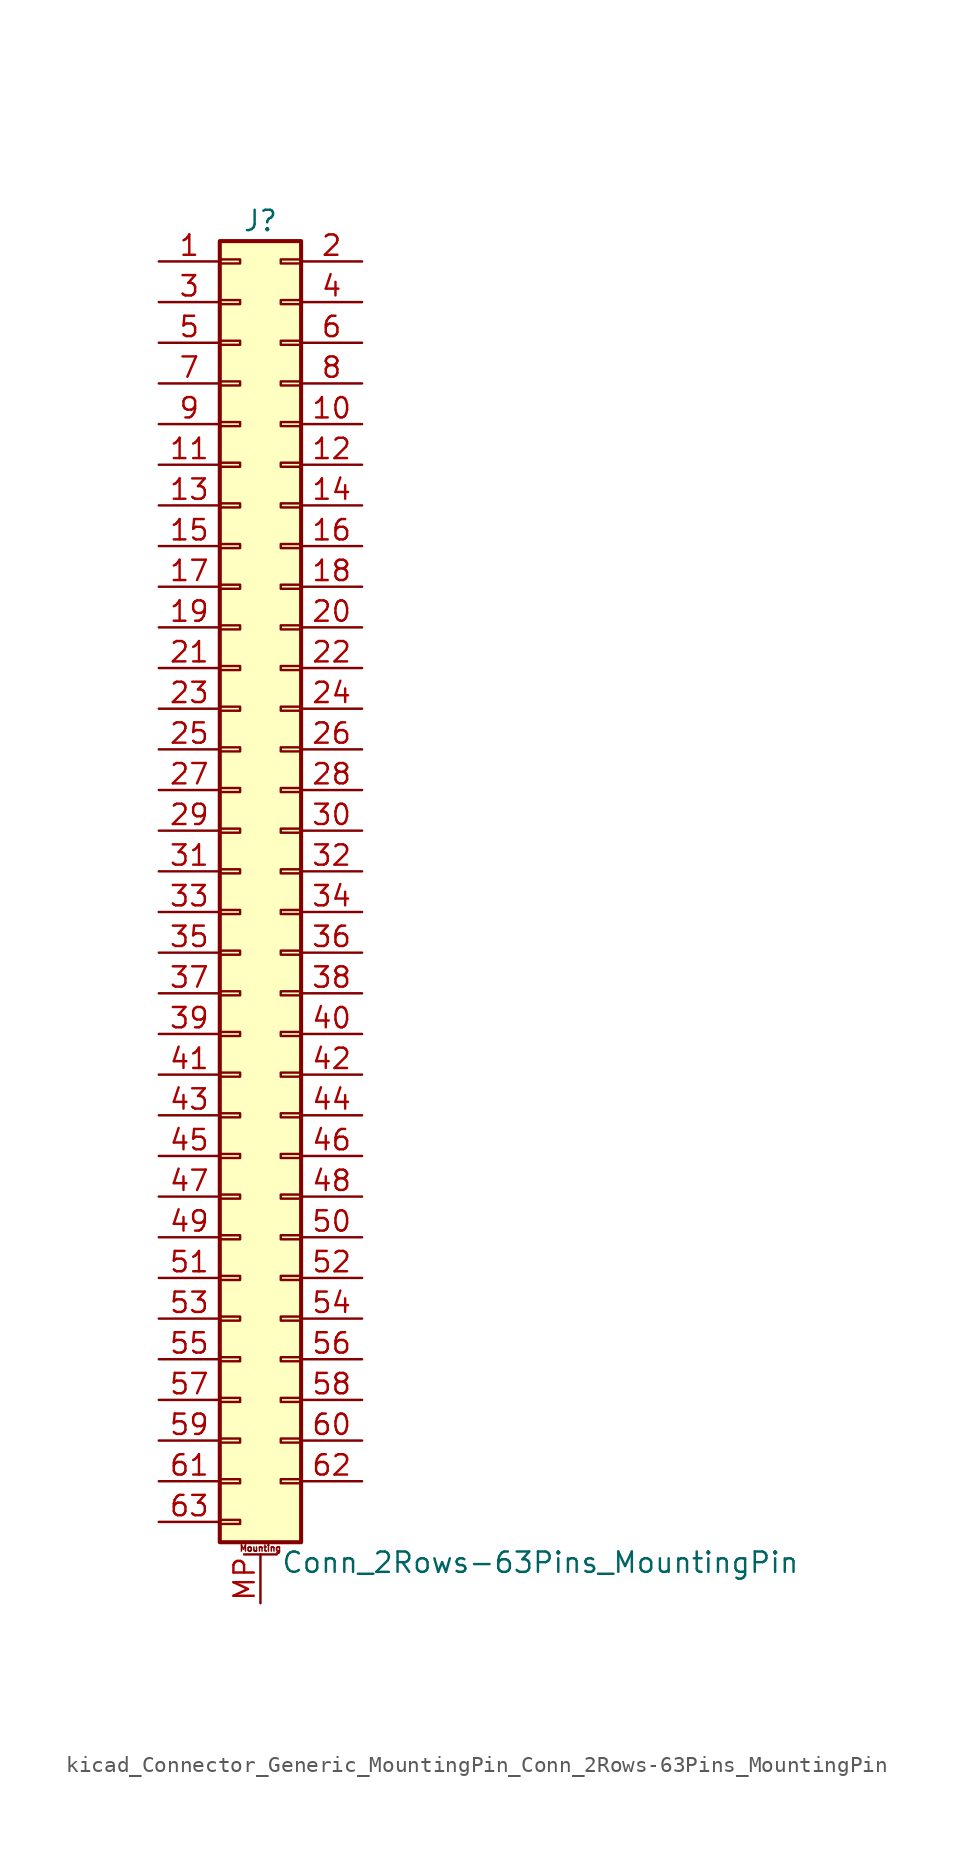
<source format=kicad_sym>
(kicad_symbol_lib
  (version 20220914)
  (generator kicad_symbol_editor)
  (symbol "kicad_Connector_Generic_MountingPin_Conn_2Rows-63Pins_MountingPin"
    (pin_names
      (offset 1.016) hide)
    (property "Reference" "J"
      (at 1.27 40.64 0)
      (effects (font (size 1.27 1.27))))
    (property "Value" "Conn_2Rows-63Pins_MountingPin"
      (at 2.54 -43.18 0)
      (effects (font (size 1.27 1.27)) (justify left)))
    (symbol "kicad_Connector_Generic_MountingPin_Conn_2Rows-63Pins_MountingPin_1_1"
      (rectangle (start -1.27 -40.513) (end 0 -40.767) (stroke (width 0.152) (type default)) (fill (type none)))
      (rectangle (start -1.27 -37.973) (end 0 -38.227) (stroke (width 0.152) (type default)) (fill (type none)))
      (rectangle (start -1.27 -35.433) (end 0 -35.687) (stroke (width 0.152) (type default)) (fill (type none)))
      (rectangle (start -1.27 -32.893) (end 0 -33.147) (stroke (width 0.152) (type default)) (fill (type none)))
      (rectangle (start -1.27 -30.353) (end 0 -30.607) (stroke (width 0.152) (type default)) (fill (type none)))
      (rectangle (start -1.27 -27.813) (end 0 -28.067) (stroke (width 0.152) (type default)) (fill (type none)))
      (rectangle (start -1.27 -25.273) (end 0 -25.527) (stroke (width 0.152) (type default)) (fill (type none)))
      (rectangle (start -1.27 -22.733) (end 0 -22.987) (stroke (width 0.152) (type default)) (fill (type none)))
      (rectangle (start -1.27 -20.193) (end 0 -20.447) (stroke (width 0.152) (type default)) (fill (type none)))
      (rectangle (start -1.27 -17.653) (end 0 -17.907) (stroke (width 0.152) (type default)) (fill (type none)))
      (rectangle (start -1.27 -15.113) (end 0 -15.367) (stroke (width 0.152) (type default)) (fill (type none)))
      (rectangle (start -1.27 -12.573) (end 0 -12.827) (stroke (width 0.152) (type default)) (fill (type none)))
      (rectangle (start -1.27 -10.033) (end 0 -10.287) (stroke (width 0.152) (type default)) (fill (type none)))
      (rectangle (start -1.27 -7.493) (end 0 -7.747) (stroke (width 0.152) (type default)) (fill (type none)))
      (rectangle (start -1.27 -4.953) (end 0 -5.207) (stroke (width 0.152) (type default)) (fill (type none)))
      (rectangle (start -1.27 -2.413) (end 0 -2.667) (stroke (width 0.152) (type default)) (fill (type none)))
      (rectangle (start -1.27 0.127) (end 0 -0.127) (stroke (width 0.152) (type default)) (fill (type none)))
      (rectangle (start -1.27 2.667) (end 0 2.413) (stroke (width 0.152) (type default)) (fill (type none)))
      (rectangle (start -1.27 5.207) (end 0 4.953) (stroke (width 0.152) (type default)) (fill (type none)))
      (rectangle (start -1.27 7.747) (end 0 7.493) (stroke (width 0.152) (type default)) (fill (type none)))
      (rectangle (start -1.27 10.287) (end 0 10.033) (stroke (width 0.152) (type default)) (fill (type none)))
      (rectangle (start -1.27 12.827) (end 0 12.573) (stroke (width 0.152) (type default)) (fill (type none)))
      (rectangle (start -1.27 15.367) (end 0 15.113) (stroke (width 0.152) (type default)) (fill (type none)))
      (rectangle (start -1.27 17.907) (end 0 17.653) (stroke (width 0.152) (type default)) (fill (type none)))
      (rectangle (start -1.27 20.447) (end 0 20.193) (stroke (width 0.152) (type default)) (fill (type none)))
      (rectangle (start -1.27 22.987) (end 0 22.733) (stroke (width 0.152) (type default)) (fill (type none)))
      (rectangle (start -1.27 25.527) (end 0 25.273) (stroke (width 0.152) (type default)) (fill (type none)))
      (rectangle (start -1.27 28.067) (end 0 27.813) (stroke (width 0.152) (type default)) (fill (type none)))
      (rectangle (start -1.27 30.607) (end 0 30.353) (stroke (width 0.152) (type default)) (fill (type none)))
      (rectangle (start -1.27 33.147) (end 0 32.893) (stroke (width 0.152) (type default)) (fill (type none)))
      (rectangle (start -1.27 35.687) (end 0 35.433) (stroke (width 0.152) (type default)) (fill (type none)))
      (rectangle (start -1.27 38.227) (end 0 37.973) (stroke (width 0.152) (type default)) (fill (type none)))
      (rectangle (start -1.27 39.37) (end 3.81 -41.91) (stroke (width 0.254) (type default)) (fill (type background)))
      (polyline (pts (xy 0.254 -42.672) (xy 2.286 -42.672)) (stroke (width 0.152) (type default)) (fill (type none)))
      (rectangle (start 3.81 -37.973) (end 2.54 -38.227) (stroke (width 0.152) (type default)) (fill (type none)))
      (rectangle (start 3.81 -35.433) (end 2.54 -35.687) (stroke (width 0.152) (type default)) (fill (type none)))
      (rectangle (start 3.81 -32.893) (end 2.54 -33.147) (stroke (width 0.152) (type default)) (fill (type none)))
      (rectangle (start 3.81 -30.353) (end 2.54 -30.607) (stroke (width 0.152) (type default)) (fill (type none)))
      (rectangle (start 3.81 -27.813) (end 2.54 -28.067) (stroke (width 0.152) (type default)) (fill (type none)))
      (rectangle (start 3.81 -25.273) (end 2.54 -25.527) (stroke (width 0.152) (type default)) (fill (type none)))
      (rectangle (start 3.81 -22.733) (end 2.54 -22.987) (stroke (width 0.152) (type default)) (fill (type none)))
      (rectangle (start 3.81 -20.193) (end 2.54 -20.447) (stroke (width 0.152) (type default)) (fill (type none)))
      (rectangle (start 3.81 -17.653) (end 2.54 -17.907) (stroke (width 0.152) (type default)) (fill (type none)))
      (rectangle (start 3.81 -15.113) (end 2.54 -15.367) (stroke (width 0.152) (type default)) (fill (type none)))
      (rectangle (start 3.81 -12.573) (end 2.54 -12.827) (stroke (width 0.152) (type default)) (fill (type none)))
      (rectangle (start 3.81 -10.033) (end 2.54 -10.287) (stroke (width 0.152) (type default)) (fill (type none)))
      (rectangle (start 3.81 -7.493) (end 2.54 -7.747) (stroke (width 0.152) (type default)) (fill (type none)))
      (rectangle (start 3.81 -4.953) (end 2.54 -5.207) (stroke (width 0.152) (type default)) (fill (type none)))
      (rectangle (start 3.81 -2.413) (end 2.54 -2.667) (stroke (width 0.152) (type default)) (fill (type none)))
      (rectangle (start 3.81 0.127) (end 2.54 -0.127) (stroke (width 0.152) (type default)) (fill (type none)))
      (rectangle (start 3.81 2.667) (end 2.54 2.413) (stroke (width 0.152) (type default)) (fill (type none)))
      (rectangle (start 3.81 5.207) (end 2.54 4.953) (stroke (width 0.152) (type default)) (fill (type none)))
      (rectangle (start 3.81 7.747) (end 2.54 7.493) (stroke (width 0.152) (type default)) (fill (type none)))
      (rectangle (start 3.81 10.287) (end 2.54 10.033) (stroke (width 0.152) (type default)) (fill (type none)))
      (rectangle (start 3.81 12.827) (end 2.54 12.573) (stroke (width 0.152) (type default)) (fill (type none)))
      (rectangle (start 3.81 15.367) (end 2.54 15.113) (stroke (width 0.152) (type default)) (fill (type none)))
      (rectangle (start 3.81 17.907) (end 2.54 17.653) (stroke (width 0.152) (type default)) (fill (type none)))
      (rectangle (start 3.81 20.447) (end 2.54 20.193) (stroke (width 0.152) (type default)) (fill (type none)))
      (rectangle (start 3.81 22.987) (end 2.54 22.733) (stroke (width 0.152) (type default)) (fill (type none)))
      (rectangle (start 3.81 25.527) (end 2.54 25.273) (stroke (width 0.152) (type default)) (fill (type none)))
      (rectangle (start 3.81 28.067) (end 2.54 27.813) (stroke (width 0.152) (type default)) (fill (type none)))
      (rectangle (start 3.81 30.607) (end 2.54 30.353) (stroke (width 0.152) (type default)) (fill (type none)))
      (rectangle (start 3.81 33.147) (end 2.54 32.893) (stroke (width 0.152) (type default)) (fill (type none)))
      (rectangle (start 3.81 35.687) (end 2.54 35.433) (stroke (width 0.152) (type default)) (fill (type none)))
      (rectangle (start 3.81 38.227) (end 2.54 37.973) (stroke (width 0.152) (type default)) (fill (type none)))
      (text "Mounting" (at 1.27 -42.291 0) (effects (font (size 0.381 0.381))))
      (pin passive line (at -5.08 38.1 0) (length 3.81) (name "Pin_1" (effects (font (size 1.27 1.27)))) (number "1" (effects (font (size 1.27 1.27)))))
      (pin passive line (at 7.62 27.94 180) (length 3.81) (name "Pin_10" (effects (font (size 1.27 1.27)))) (number "10" (effects (font (size 1.27 1.27)))))
      (pin passive line (at -5.08 25.4 0) (length 3.81) (name "Pin_11" (effects (font (size 1.27 1.27)))) (number "11" (effects (font (size 1.27 1.27)))))
      (pin passive line (at 7.62 25.4 180) (length 3.81) (name "Pin_12" (effects (font (size 1.27 1.27)))) (number "12" (effects (font (size 1.27 1.27)))))
      (pin passive line (at -5.08 22.86 0) (length 3.81) (name "Pin_13" (effects (font (size 1.27 1.27)))) (number "13" (effects (font (size 1.27 1.27)))))
      (pin passive line (at 7.62 22.86 180) (length 3.81) (name "Pin_14" (effects (font (size 1.27 1.27)))) (number "14" (effects (font (size 1.27 1.27)))))
      (pin passive line (at -5.08 20.32 0) (length 3.81) (name "Pin_15" (effects (font (size 1.27 1.27)))) (number "15" (effects (font (size 1.27 1.27)))))
      (pin passive line (at 7.62 20.32 180) (length 3.81) (name "Pin_16" (effects (font (size 1.27 1.27)))) (number "16" (effects (font (size 1.27 1.27)))))
      (pin passive line (at -5.08 17.78 0) (length 3.81) (name "Pin_17" (effects (font (size 1.27 1.27)))) (number "17" (effects (font (size 1.27 1.27)))))
      (pin passive line (at 7.62 17.78 180) (length 3.81) (name "Pin_18" (effects (font (size 1.27 1.27)))) (number "18" (effects (font (size 1.27 1.27)))))
      (pin passive line (at -5.08 15.24 0) (length 3.81) (name "Pin_19" (effects (font (size 1.27 1.27)))) (number "19" (effects (font (size 1.27 1.27)))))
      (pin passive line (at 7.62 38.1 180) (length 3.81) (name "Pin_2" (effects (font (size 1.27 1.27)))) (number "2" (effects (font (size 1.27 1.27)))))
      (pin passive line (at 7.62 15.24 180) (length 3.81) (name "Pin_20" (effects (font (size 1.27 1.27)))) (number "20" (effects (font (size 1.27 1.27)))))
      (pin passive line (at -5.08 12.7 0) (length 3.81) (name "Pin_21" (effects (font (size 1.27 1.27)))) (number "21" (effects (font (size 1.27 1.27)))))
      (pin passive line (at 7.62 12.7 180) (length 3.81) (name "Pin_22" (effects (font (size 1.27 1.27)))) (number "22" (effects (font (size 1.27 1.27)))))
      (pin passive line (at -5.08 10.16 0) (length 3.81) (name "Pin_23" (effects (font (size 1.27 1.27)))) (number "23" (effects (font (size 1.27 1.27)))))
      (pin passive line (at 7.62 10.16 180) (length 3.81) (name "Pin_24" (effects (font (size 1.27 1.27)))) (number "24" (effects (font (size 1.27 1.27)))))
      (pin passive line (at -5.08 7.62 0) (length 3.81) (name "Pin_25" (effects (font (size 1.27 1.27)))) (number "25" (effects (font (size 1.27 1.27)))))
      (pin passive line (at 7.62 7.62 180) (length 3.81) (name "Pin_26" (effects (font (size 1.27 1.27)))) (number "26" (effects (font (size 1.27 1.27)))))
      (pin passive line (at -5.08 5.08 0) (length 3.81) (name "Pin_27" (effects (font (size 1.27 1.27)))) (number "27" (effects (font (size 1.27 1.27)))))
      (pin passive line (at 7.62 5.08 180) (length 3.81) (name "Pin_28" (effects (font (size 1.27 1.27)))) (number "28" (effects (font (size 1.27 1.27)))))
      (pin passive line (at -5.08 2.54 0) (length 3.81) (name "Pin_29" (effects (font (size 1.27 1.27)))) (number "29" (effects (font (size 1.27 1.27)))))
      (pin passive line (at -5.08 35.56 0) (length 3.81) (name "Pin_3" (effects (font (size 1.27 1.27)))) (number "3" (effects (font (size 1.27 1.27)))))
      (pin passive line (at 7.62 2.54 180) (length 3.81) (name "Pin_30" (effects (font (size 1.27 1.27)))) (number "30" (effects (font (size 1.27 1.27)))))
      (pin passive line (at -5.08 0 0) (length 3.81) (name "Pin_31" (effects (font (size 1.27 1.27)))) (number "31" (effects (font (size 1.27 1.27)))))
      (pin passive line (at 7.62 0 180) (length 3.81) (name "Pin_32" (effects (font (size 1.27 1.27)))) (number "32" (effects (font (size 1.27 1.27)))))
      (pin passive line (at -5.08 -2.54 0) (length 3.81) (name "Pin_33" (effects (font (size 1.27 1.27)))) (number "33" (effects (font (size 1.27 1.27)))))
      (pin passive line (at 7.62 -2.54 180) (length 3.81) (name "Pin_34" (effects (font (size 1.27 1.27)))) (number "34" (effects (font (size 1.27 1.27)))))
      (pin passive line (at -5.08 -5.08 0) (length 3.81) (name "Pin_35" (effects (font (size 1.27 1.27)))) (number "35" (effects (font (size 1.27 1.27)))))
      (pin passive line (at 7.62 -5.08 180) (length 3.81) (name "Pin_36" (effects (font (size 1.27 1.27)))) (number "36" (effects (font (size 1.27 1.27)))))
      (pin passive line (at -5.08 -7.62 0) (length 3.81) (name "Pin_37" (effects (font (size 1.27 1.27)))) (number "37" (effects (font (size 1.27 1.27)))))
      (pin passive line (at 7.62 -7.62 180) (length 3.81) (name "Pin_38" (effects (font (size 1.27 1.27)))) (number "38" (effects (font (size 1.27 1.27)))))
      (pin passive line (at -5.08 -10.16 0) (length 3.81) (name "Pin_39" (effects (font (size 1.27 1.27)))) (number "39" (effects (font (size 1.27 1.27)))))
      (pin passive line (at 7.62 35.56 180) (length 3.81) (name "Pin_4" (effects (font (size 1.27 1.27)))) (number "4" (effects (font (size 1.27 1.27)))))
      (pin passive line (at 7.62 -10.16 180) (length 3.81) (name "Pin_40" (effects (font (size 1.27 1.27)))) (number "40" (effects (font (size 1.27 1.27)))))
      (pin passive line (at -5.08 -12.7 0) (length 3.81) (name "Pin_41" (effects (font (size 1.27 1.27)))) (number "41" (effects (font (size 1.27 1.27)))))
      (pin passive line (at 7.62 -12.7 180) (length 3.81) (name "Pin_42" (effects (font (size 1.27 1.27)))) (number "42" (effects (font (size 1.27 1.27)))))
      (pin passive line (at -5.08 -15.24 0) (length 3.81) (name "Pin_43" (effects (font (size 1.27 1.27)))) (number "43" (effects (font (size 1.27 1.27)))))
      (pin passive line (at 7.62 -15.24 180) (length 3.81) (name "Pin_44" (effects (font (size 1.27 1.27)))) (number "44" (effects (font (size 1.27 1.27)))))
      (pin passive line (at -5.08 -17.78 0) (length 3.81) (name "Pin_45" (effects (font (size 1.27 1.27)))) (number "45" (effects (font (size 1.27 1.27)))))
      (pin passive line (at 7.62 -17.78 180) (length 3.81) (name "Pin_46" (effects (font (size 1.27 1.27)))) (number "46" (effects (font (size 1.27 1.27)))))
      (pin passive line (at -5.08 -20.32 0) (length 3.81) (name "Pin_47" (effects (font (size 1.27 1.27)))) (number "47" (effects (font (size 1.27 1.27)))))
      (pin passive line (at 7.62 -20.32 180) (length 3.81) (name "Pin_48" (effects (font (size 1.27 1.27)))) (number "48" (effects (font (size 1.27 1.27)))))
      (pin passive line (at -5.08 -22.86 0) (length 3.81) (name "Pin_49" (effects (font (size 1.27 1.27)))) (number "49" (effects (font (size 1.27 1.27)))))
      (pin passive line (at -5.08 33.02 0) (length 3.81) (name "Pin_5" (effects (font (size 1.27 1.27)))) (number "5" (effects (font (size 1.27 1.27)))))
      (pin passive line (at 7.62 -22.86 180) (length 3.81) (name "Pin_50" (effects (font (size 1.27 1.27)))) (number "50" (effects (font (size 1.27 1.27)))))
      (pin passive line (at -5.08 -25.4 0) (length 3.81) (name "Pin_51" (effects (font (size 1.27 1.27)))) (number "51" (effects (font (size 1.27 1.27)))))
      (pin passive line (at 7.62 -25.4 180) (length 3.81) (name "Pin_52" (effects (font (size 1.27 1.27)))) (number "52" (effects (font (size 1.27 1.27)))))
      (pin passive line (at -5.08 -27.94 0) (length 3.81) (name "Pin_53" (effects (font (size 1.27 1.27)))) (number "53" (effects (font (size 1.27 1.27)))))
      (pin passive line (at 7.62 -27.94 180) (length 3.81) (name "Pin_54" (effects (font (size 1.27 1.27)))) (number "54" (effects (font (size 1.27 1.27)))))
      (pin passive line (at -5.08 -30.48 0) (length 3.81) (name "Pin_55" (effects (font (size 1.27 1.27)))) (number "55" (effects (font (size 1.27 1.27)))))
      (pin passive line (at 7.62 -30.48 180) (length 3.81) (name "Pin_56" (effects (font (size 1.27 1.27)))) (number "56" (effects (font (size 1.27 1.27)))))
      (pin passive line (at -5.08 -33.02 0) (length 3.81) (name "Pin_57" (effects (font (size 1.27 1.27)))) (number "57" (effects (font (size 1.27 1.27)))))
      (pin passive line (at 7.62 -33.02 180) (length 3.81) (name "Pin_58" (effects (font (size 1.27 1.27)))) (number "58" (effects (font (size 1.27 1.27)))))
      (pin passive line (at -5.08 -35.56 0) (length 3.81) (name "Pin_59" (effects (font (size 1.27 1.27)))) (number "59" (effects (font (size 1.27 1.27)))))
      (pin passive line (at 7.62 33.02 180) (length 3.81) (name "Pin_6" (effects (font (size 1.27 1.27)))) (number "6" (effects (font (size 1.27 1.27)))))
      (pin passive line (at 7.62 -35.56 180) (length 3.81) (name "Pin_60" (effects (font (size 1.27 1.27)))) (number "60" (effects (font (size 1.27 1.27)))))
      (pin passive line (at -5.08 -38.1 0) (length 3.81) (name "Pin_61" (effects (font (size 1.27 1.27)))) (number "61" (effects (font (size 1.27 1.27)))))
      (pin passive line (at 7.62 -38.1 180) (length 3.81) (name "Pin_62" (effects (font (size 1.27 1.27)))) (number "62" (effects (font (size 1.27 1.27)))))
      (pin passive line (at -5.08 -40.64 0) (length 3.81) (name "Pin_63" (effects (font (size 1.27 1.27)))) (number "63" (effects (font (size 1.27 1.27)))))
      (pin passive line (at -5.08 30.48 0) (length 3.81) (name "Pin_7" (effects (font (size 1.27 1.27)))) (number "7" (effects (font (size 1.27 1.27)))))
      (pin passive line (at 7.62 30.48 180) (length 3.81) (name "Pin_8" (effects (font (size 1.27 1.27)))) (number "8" (effects (font (size 1.27 1.27)))))
      (pin passive line (at -5.08 27.94 0) (length 3.81) (name "Pin_9" (effects (font (size 1.27 1.27)))) (number "9" (effects (font (size 1.27 1.27)))))
      (pin passive line (at 1.27 -45.72 90) (length 3.048) (name "MountPin" (effects (font (size 1.27 1.27)))) (number "MP" (effects (font (size 1.27 1.27))))))))
</source>
